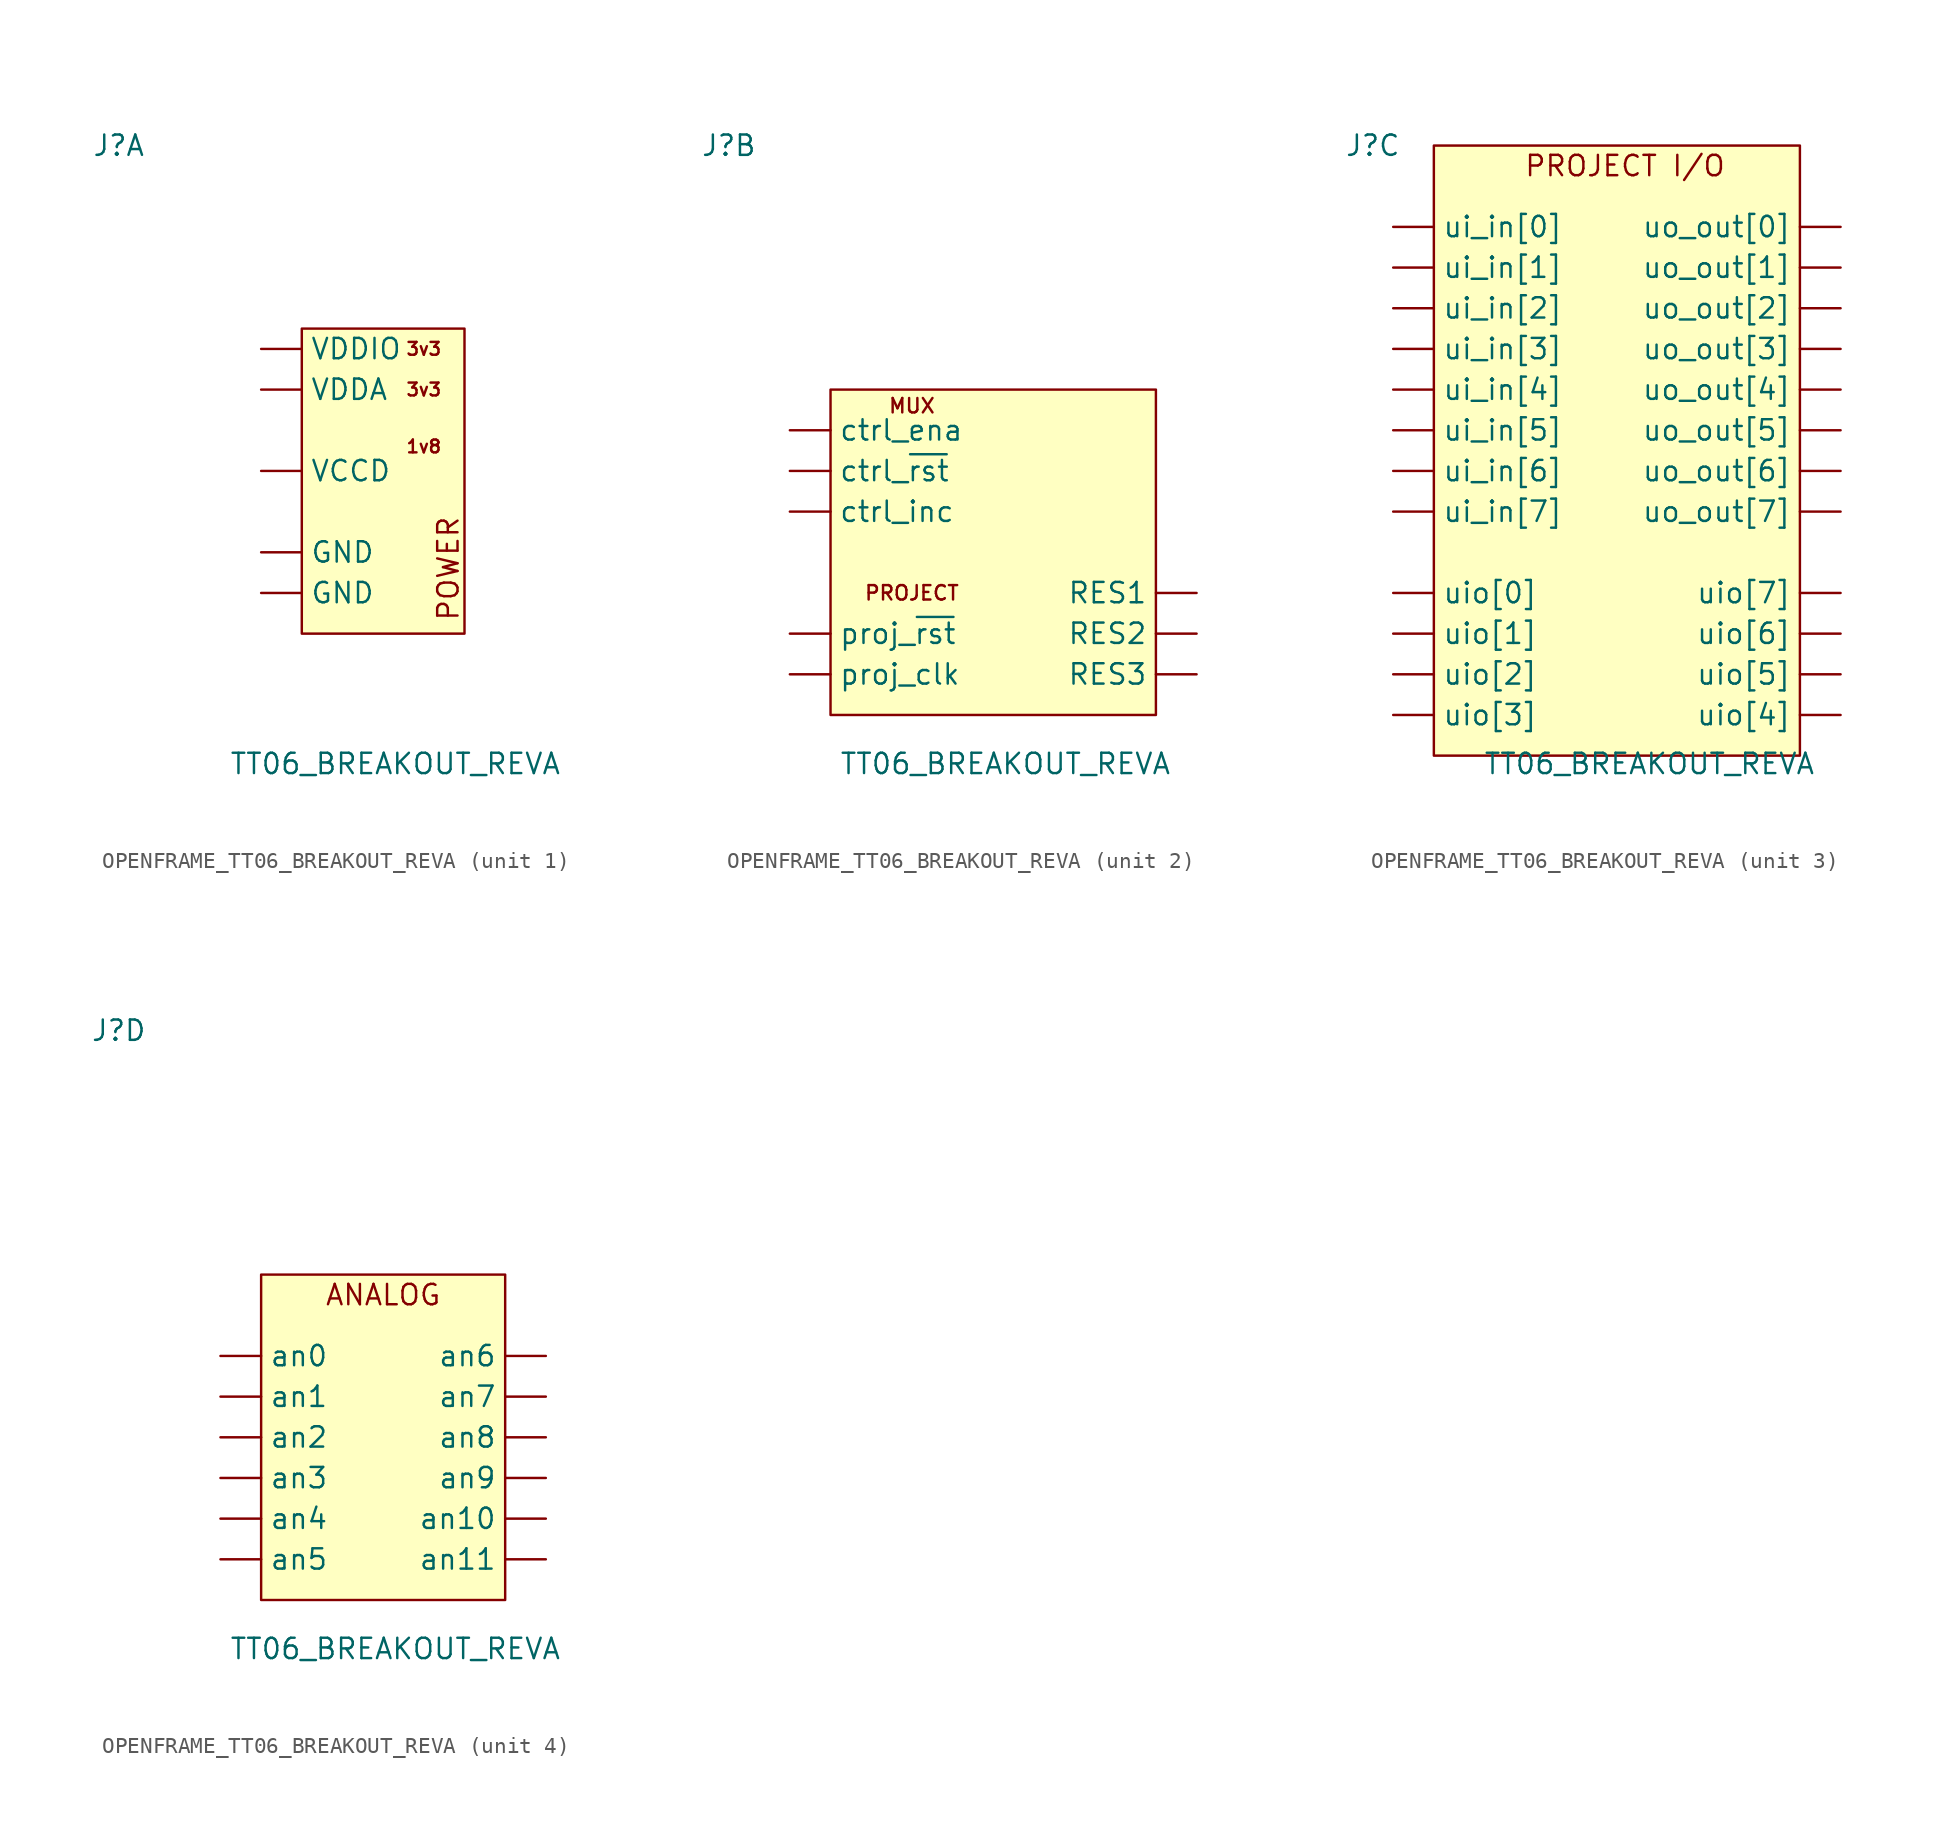
<source format=kicad_sym>
(kicad_symbol_lib
  (version 20241209)
  (generator "kicad_symbol_editor")
  (generator_version "9.0")
  (symbol "OPENFRAME_TT06_BREAKOUT_REVA"
    (pin_numbers
      (hide yes))
    (property "Reference" "J"
      (at -16.51 25.4 0)
      (effects (font (size 1.27 1.27))))
    (property "Value" "TT06_BREAKOUT_REVA"
      (at 0.762 -13.208 0)
      (effects (font (size 1.27 1.27))))
    (property "ki_locked" ""
      (at 0 0 0)
      (effects (font (size 1.27 1.27))))
    (symbol "OPENFRAME_TT06_BREAKOUT_REVA_1_1"
      (rectangle (start -5.08 13.97) (end 5.08 -5.08) (stroke (width 0) (type default)) (fill (type background)))
      (text "3v3" (at 2.54 12.7 0) (effects (font (size 0.8 0.8))))
      (text "3v3" (at 2.54 10.16 0) (effects (font (size 0.8 0.8))))
      (text "1v8" (at 2.54 6.604 0) (effects (font (size 0.8 0.8))))
      (text "POWER" (at 4.064 -1.016 900) (effects (font (size 1.27 1.27))))
      (pin power_in line (at -7.62 12.7 0) (length 2.54) (name "VDDIO" (effects (font (size 1.27 1.27)))) (number "B4" (effects (font (size 1.27 1.27)))))
      (pin power_in line (at -7.62 10.16 0) (length 2.54) (name "VDDA" (effects (font (size 1.27 1.27)))) (number "B2" (effects (font (size 1.27 1.27)))))
      (pin power_in line (at -7.62 5.08 0) (length 2.54) (name "VCCD" (effects (font (size 1.27 1.27)))) (number "A7" (effects (font (size 1.27 1.27)))))
      (pin power_in line (at -7.62 0 0) (length 2.54) (name "GND" (effects (font (size 1.27 1.27)))) (number "A1" (effects (font (size 1.27 1.27)))))
      (pin power_in line (at -7.62 0 0) (length 2.54) (hide yes) (name "GND" (effects (font (size 1.27 1.27)))) (number "A12" (effects (font (size 1.27 1.27)))))
      (pin power_in line (at -7.62 0 0) (length 2.54) (hide yes) (name "GND" (effects (font (size 1.27 1.27)))) (number "A15" (effects (font (size 1.27 1.27)))))
      (pin power_in line (at -7.62 0 0) (length 2.54) (hide yes) (name "GND" (effects (font (size 1.27 1.27)))) (number "A18" (effects (font (size 1.27 1.27)))))
      (pin power_in line (at -7.62 0 0) (length 2.54) (hide yes) (name "GND" (effects (font (size 1.27 1.27)))) (number "A21" (effects (font (size 1.27 1.27)))))
      (pin power_in line (at -7.62 0 0) (length 2.54) (hide yes) (name "GND" (effects (font (size 1.27 1.27)))) (number "A23" (effects (font (size 1.27 1.27)))))
      (pin power_in line (at -7.62 0 0) (length 2.54) (hide yes) (name "GND" (effects (font (size 1.27 1.27)))) (number "A25" (effects (font (size 1.27 1.27)))))
      (pin power_in line (at -7.62 0 0) (length 2.54) (hide yes) (name "GND" (effects (font (size 1.27 1.27)))) (number "A27" (effects (font (size 1.27 1.27)))))
      (pin power_in line (at -7.62 0 0) (length 2.54) (hide yes) (name "GND" (effects (font (size 1.27 1.27)))) (number "A29" (effects (font (size 1.27 1.27)))))
      (pin power_in line (at -7.62 0 0) (length 2.54) (hide yes) (name "GND" (effects (font (size 1.27 1.27)))) (number "A31" (effects (font (size 1.27 1.27)))))
      (pin power_in line (at -7.62 0 0) (length 2.54) (hide yes) (name "GND" (effects (font (size 1.27 1.27)))) (number "A32" (effects (font (size 1.27 1.27)))))
      (pin power_in line (at -7.62 0 0) (length 2.54) (hide yes) (name "GND" (effects (font (size 1.27 1.27)))) (number "A33" (effects (font (size 1.27 1.27)))))
      (pin power_in line (at -7.62 0 0) (length 2.54) (hide yes) (name "GND" (effects (font (size 1.27 1.27)))) (number "A37" (effects (font (size 1.27 1.27)))))
      (pin power_in line (at -7.62 0 0) (length 2.54) (hide yes) (name "GND" (effects (font (size 1.27 1.27)))) (number "A38" (effects (font (size 1.27 1.27)))))
      (pin power_in line (at -7.62 0 0) (length 2.54) (hide yes) (name "GND" (effects (font (size 1.27 1.27)))) (number "A5" (effects (font (size 1.27 1.27)))))
      (pin power_in line (at -7.62 -2.54 0) (length 2.54) (name "GND" (effects (font (size 1.27 1.27)))) (number "B1" (effects (font (size 1.27 1.27)))))
      (pin power_in line (at -7.62 -2.54 0) (length 2.54) (hide yes) (name "GND" (effects (font (size 1.27 1.27)))) (number "B10" (effects (font (size 1.27 1.27)))))
      (pin power_in line (at -7.62 -2.54 0) (length 2.54) (hide yes) (name "GND" (effects (font (size 1.27 1.27)))) (number "B12" (effects (font (size 1.27 1.27)))))
      (pin power_in line (at -7.62 -2.54 0) (length 2.54) (hide yes) (name "GND" (effects (font (size 1.27 1.27)))) (number "B14" (effects (font (size 1.27 1.27)))))
      (pin power_in line (at -7.62 -2.54 0) (length 2.54) (hide yes) (name "GND" (effects (font (size 1.27 1.27)))) (number "B16" (effects (font (size 1.27 1.27)))))
      (pin power_in line (at -7.62 -2.54 0) (length 2.54) (hide yes) (name "GND" (effects (font (size 1.27 1.27)))) (number "B17" (effects (font (size 1.27 1.27)))))
      (pin power_in line (at -7.62 -2.54 0) (length 2.54) (hide yes) (name "GND" (effects (font (size 1.27 1.27)))) (number "B18" (effects (font (size 1.27 1.27)))))
      (pin power_in line (at -7.62 -2.54 0) (length 2.54) (hide yes) (name "GND" (effects (font (size 1.27 1.27)))) (number "B23" (effects (font (size 1.27 1.27)))))
      (pin power_in line (at -7.62 -2.54 0) (length 2.54) (hide yes) (name "GND" (effects (font (size 1.27 1.27)))) (number "B24" (effects (font (size 1.27 1.27)))))
      (pin power_in line (at -7.62 -2.54 0) (length 2.54) (hide yes) (name "GND" (effects (font (size 1.27 1.27)))) (number "B29" (effects (font (size 1.27 1.27)))))
      (pin power_in line (at -7.62 -2.54 0) (length 2.54) (hide yes) (name "GND" (effects (font (size 1.27 1.27)))) (number "B3" (effects (font (size 1.27 1.27)))))
      (pin power_in line (at -7.62 -2.54 0) (length 2.54) (hide yes) (name "GND" (effects (font (size 1.27 1.27)))) (number "B30" (effects (font (size 1.27 1.27)))))
      (pin power_in line (at -7.62 -2.54 0) (length 2.54) (hide yes) (name "GND" (effects (font (size 1.27 1.27)))) (number "B35" (effects (font (size 1.27 1.27)))))
      (pin power_in line (at -7.62 -2.54 0) (length 2.54) (hide yes) (name "GND" (effects (font (size 1.27 1.27)))) (number "B36" (effects (font (size 1.27 1.27)))))
      (pin power_in line (at -7.62 -2.54 0) (length 2.54) (hide yes) (name "GND" (effects (font (size 1.27 1.27)))) (number "B39" (effects (font (size 1.27 1.27)))))
      (pin power_in line (at -7.62 -2.54 0) (length 2.54) (hide yes) (name "GND" (effects (font (size 1.27 1.27)))) (number "B40" (effects (font (size 1.27 1.27)))))
      (pin power_in line (at -7.62 -2.54 0) (length 2.54) (hide yes) (name "GND" (effects (font (size 1.27 1.27)))) (number "B6" (effects (font (size 1.27 1.27)))))
      (pin power_in line (at -7.62 -2.54 0) (length 2.54) (hide yes) (name "GND" (effects (font (size 1.27 1.27)))) (number "B8" (effects (font (size 1.27 1.27))))))
    (symbol "OPENFRAME_TT06_BREAKOUT_REVA_2_1"
      (rectangle (start -10.16 10.16) (end 10.16 -10.16) (stroke (width 0) (type default)) (fill (type background)))
      (text "MUX" (at -5.08 9.144 0) (effects (font (size 0.9 0.9))))
      (text "PROJECT" (at -5.08 -2.54 0) (effects (font (size 0.9 0.9))))
      (pin input line (at -12.7 7.62 0) (length 2.54) (name "ctrl_ena" (effects (font (size 1.27 1.27)))) (number "A2" (effects (font (size 1.27 1.27)))))
      (pin input line (at -12.7 5.08 0) (length 2.54) (name "ctrl_~{rst}" (effects (font (size 1.27 1.27)))) (number "A4" (effects (font (size 1.27 1.27)))))
      (pin input line (at -12.7 2.54 0) (length 2.54) (name "ctrl_inc" (effects (font (size 1.27 1.27)))) (number "A3" (effects (font (size 1.27 1.27)))))
      (pin input line (at -12.7 -5.08 0) (length 2.54) (name "proj_~{rst}" (effects (font (size 1.27 1.27)))) (number "A36" (effects (font (size 1.27 1.27)))))
      (pin input line (at -12.7 -7.62 0) (length 2.54) (name "proj_clk" (effects (font (size 1.27 1.27)))) (number "A35" (effects (font (size 1.27 1.27)))))
      (pin bidirectional line (at 12.7 -2.54 180) (length 2.54) (name "RES1" (effects (font (size 1.27 1.27)))) (number "A6" (effects (font (size 1.27 1.27)))))
      (pin bidirectional line (at 12.7 -5.08 180) (length 2.54) (name "RES2" (effects (font (size 1.27 1.27)))) (number "A8" (effects (font (size 1.27 1.27)))))
      (pin bidirectional line (at 12.7 -7.62 180) (length 2.54) (name "RES3" (effects (font (size 1.27 1.27)))) (number "A10" (effects (font (size 1.27 1.27))))))
    (symbol "OPENFRAME_TT06_BREAKOUT_REVA_3_1"
      (rectangle (start -12.7 25.4) (end 10.16 -12.7) (stroke (width 0) (type default)) (fill (type background)))
      (text "PROJECT I/O" (at -0.762 24.13 0) (effects (font (size 1.27 1.27))))
      (pin input line (at -15.24 20.32 0) (length 2.54) (name "ui_in[0]" (effects (font (size 1.27 1.27)))) (number "A9" (effects (font (size 1.27 1.27)))))
      (pin input line (at -15.24 17.78 0) (length 2.54) (name "ui_in[1]" (effects (font (size 1.27 1.27)))) (number "A11" (effects (font (size 1.27 1.27)))))
      (pin input line (at -15.24 15.24 0) (length 2.54) (name "ui_in[2]" (effects (font (size 1.27 1.27)))) (number "A14" (effects (font (size 1.27 1.27)))))
      (pin input line (at -15.24 12.7 0) (length 2.54) (name "ui_in[3]" (effects (font (size 1.27 1.27)))) (number "A13" (effects (font (size 1.27 1.27)))))
      (pin input line (at -15.24 10.16 0) (length 2.54) (name "ui_in[4]" (effects (font (size 1.27 1.27)))) (number "A17" (effects (font (size 1.27 1.27)))))
      (pin input line (at -15.24 7.62 0) (length 2.54) (name "ui_in[5]" (effects (font (size 1.27 1.27)))) (number "A19" (effects (font (size 1.27 1.27)))))
      (pin input line (at -15.24 5.08 0) (length 2.54) (name "ui_in[6]" (effects (font (size 1.27 1.27)))) (number "A16" (effects (font (size 1.27 1.27)))))
      (pin input line (at -15.24 2.54 0) (length 2.54) (name "ui_in[7]" (effects (font (size 1.27 1.27)))) (number "A34" (effects (font (size 1.27 1.27)))))
      (pin bidirectional line (at -15.24 -2.54 0) (length 2.54) (name "uio[0]" (effects (font (size 1.27 1.27)))) (number "A39" (effects (font (size 1.27 1.27)))))
      (pin bidirectional line (at -15.24 -5.08 0) (length 2.54) (name "uio[1]" (effects (font (size 1.27 1.27)))) (number "A40" (effects (font (size 1.27 1.27)))))
      (pin bidirectional line (at -15.24 -7.62 0) (length 2.54) (name "uio[2]" (effects (font (size 1.27 1.27)))) (number "B37" (effects (font (size 1.27 1.27)))))
      (pin bidirectional line (at -15.24 -10.16 0) (length 2.54) (name "uio[3]" (effects (font (size 1.27 1.27)))) (number "B38" (effects (font (size 1.27 1.27)))))
      (pin output line (at 12.7 20.32 180) (length 2.54) (name "uo_out[0]" (effects (font (size 1.27 1.27)))) (number "B27" (effects (font (size 1.27 1.27)))))
      (pin output line (at 12.7 17.78 180) (length 2.54) (name "uo_out[1]" (effects (font (size 1.27 1.27)))) (number "B28" (effects (font (size 1.27 1.27)))))
      (pin output line (at 12.7 15.24 180) (length 2.54) (name "uo_out[2]" (effects (font (size 1.27 1.27)))) (number "B25" (effects (font (size 1.27 1.27)))))
      (pin output line (at 12.7 12.7 180) (length 2.54) (name "uo_out[3]" (effects (font (size 1.27 1.27)))) (number "B26" (effects (font (size 1.27 1.27)))))
      (pin output line (at 12.7 10.16 180) (length 2.54) (name "uo_out[4]" (effects (font (size 1.27 1.27)))) (number "B21" (effects (font (size 1.27 1.27)))))
      (pin output line (at 12.7 7.62 180) (length 2.54) (name "uo_out[5]" (effects (font (size 1.27 1.27)))) (number "B22" (effects (font (size 1.27 1.27)))))
      (pin output line (at 12.7 5.08 180) (length 2.54) (name "uo_out[6]" (effects (font (size 1.27 1.27)))) (number "B19" (effects (font (size 1.27 1.27)))))
      (pin output line (at 12.7 2.54 180) (length 2.54) (name "uo_out[7]" (effects (font (size 1.27 1.27)))) (number "B20" (effects (font (size 1.27 1.27)))))
      (pin bidirectional line (at 12.7 -2.54 180) (length 2.54) (name "uio[7]" (effects (font (size 1.27 1.27)))) (number "B32" (effects (font (size 1.27 1.27)))))
      (pin bidirectional line (at 12.7 -5.08 180) (length 2.54) (name "uio[6]" (effects (font (size 1.27 1.27)))) (number "B31" (effects (font (size 1.27 1.27)))))
      (pin bidirectional line (at 12.7 -7.62 180) (length 2.54) (name "uio[5]" (effects (font (size 1.27 1.27)))) (number "B34" (effects (font (size 1.27 1.27)))))
      (pin bidirectional line (at 12.7 -10.16 180) (length 2.54) (name "uio[4]" (effects (font (size 1.27 1.27)))) (number "B33" (effects (font (size 1.27 1.27))))))
    (symbol "OPENFRAME_TT06_BREAKOUT_REVA_4_1"
      (rectangle (start -7.62 10.16) (end 7.62 -10.16) (stroke (width 0) (type default)) (fill (type background)))
      (text "ANALOG" (at 0 8.89 0) (effects (font (size 1.27 1.27))))
      (pin bidirectional line (at -10.16 5.08 0) (length 2.54) (name "an0" (effects (font (size 1.27 1.27)))) (number "A20" (effects (font (size 1.27 1.27)))))
      (pin bidirectional line (at -10.16 2.54 0) (length 2.54) (name "an1" (effects (font (size 1.27 1.27)))) (number "A22" (effects (font (size 1.27 1.27)))))
      (pin bidirectional line (at -10.16 0 0) (length 2.54) (name "an2" (effects (font (size 1.27 1.27)))) (number "A24" (effects (font (size 1.27 1.27)))))
      (pin bidirectional line (at -10.16 -2.54 0) (length 2.54) (name "an3" (effects (font (size 1.27 1.27)))) (number "A26" (effects (font (size 1.27 1.27)))))
      (pin bidirectional line (at -10.16 -5.08 0) (length 2.54) (name "an4" (effects (font (size 1.27 1.27)))) (number "A28" (effects (font (size 1.27 1.27)))))
      (pin bidirectional line (at -10.16 -7.62 0) (length 2.54) (name "an5" (effects (font (size 1.27 1.27)))) (number "A30" (effects (font (size 1.27 1.27)))))
      (pin bidirectional line (at 10.16 5.08 180) (length 2.54) (name "an6" (effects (font (size 1.27 1.27)))) (number "B15" (effects (font (size 1.27 1.27)))))
      (pin bidirectional line (at 10.16 2.54 180) (length 2.54) (name "an7" (effects (font (size 1.27 1.27)))) (number "B13" (effects (font (size 1.27 1.27)))))
      (pin bidirectional line (at 10.16 0 180) (length 2.54) (name "an8" (effects (font (size 1.27 1.27)))) (number "B11" (effects (font (size 1.27 1.27)))))
      (pin bidirectional line (at 10.16 -2.54 180) (length 2.54) (name "an9" (effects (font (size 1.27 1.27)))) (number "B9" (effects (font (size 1.27 1.27)))))
      (pin bidirectional line (at 10.16 -5.08 180) (length 2.54) (name "an10" (effects (font (size 1.27 1.27)))) (number "B7" (effects (font (size 1.27 1.27)))))
      (pin bidirectional line (at 10.16 -7.62 180) (length 2.54) (name "an11" (effects (font (size 1.27 1.27)))) (number "B5" (effects (font (size 1.27 1.27))))))))
</source>
